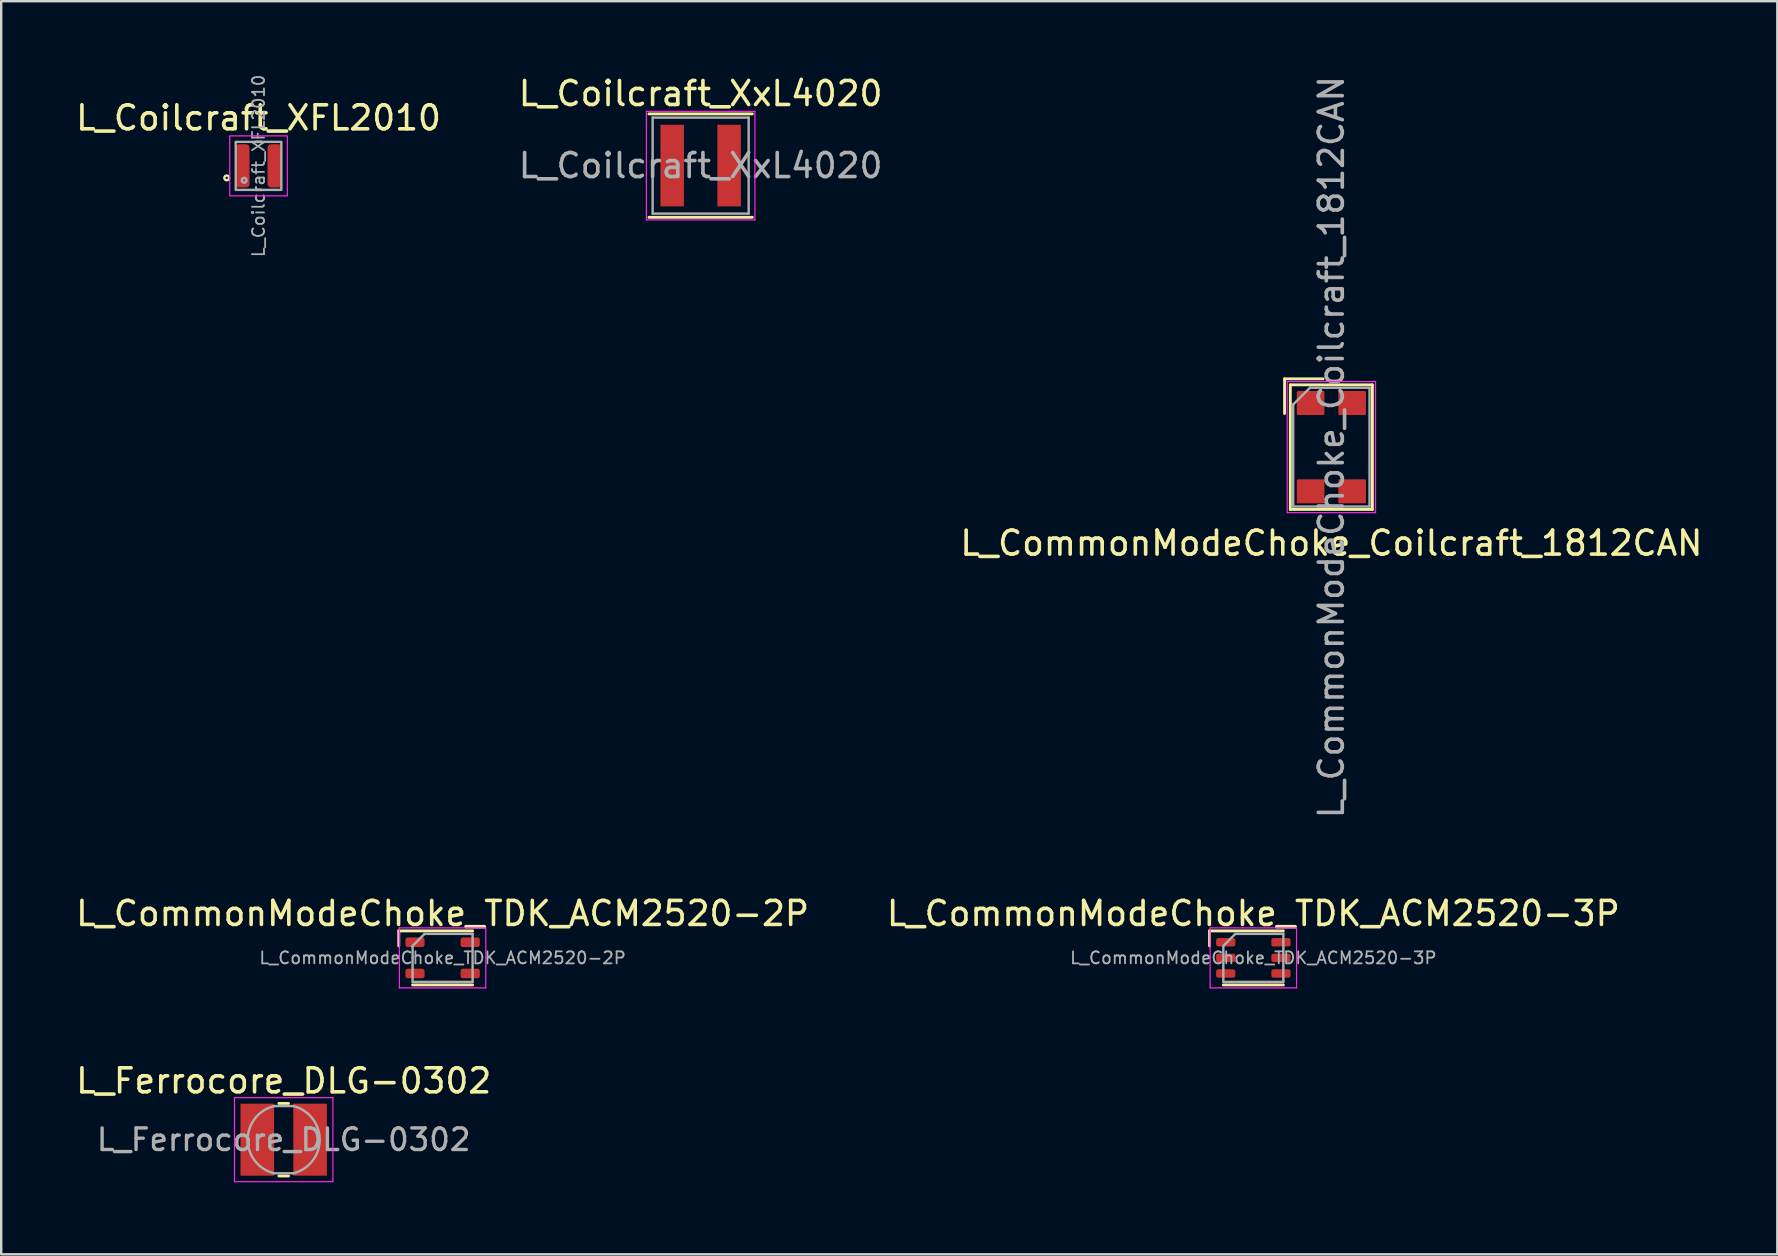
<source format=kicad_pcb>
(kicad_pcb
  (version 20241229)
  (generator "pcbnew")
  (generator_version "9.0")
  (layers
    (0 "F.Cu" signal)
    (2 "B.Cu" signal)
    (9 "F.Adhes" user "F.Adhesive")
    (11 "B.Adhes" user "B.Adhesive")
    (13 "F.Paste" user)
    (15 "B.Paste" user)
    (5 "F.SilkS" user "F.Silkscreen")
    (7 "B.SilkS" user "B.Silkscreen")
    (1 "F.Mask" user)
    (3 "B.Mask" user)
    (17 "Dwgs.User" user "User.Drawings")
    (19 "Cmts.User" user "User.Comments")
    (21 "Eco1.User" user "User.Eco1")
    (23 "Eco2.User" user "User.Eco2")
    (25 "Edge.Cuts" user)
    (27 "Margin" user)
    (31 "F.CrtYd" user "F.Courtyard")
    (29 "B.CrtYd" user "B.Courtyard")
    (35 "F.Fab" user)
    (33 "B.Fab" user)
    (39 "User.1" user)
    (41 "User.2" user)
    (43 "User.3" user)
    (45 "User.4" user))
  (footprint "L_CommonModeChoke_Coilcraft_1812CAN"
    (layer "F.Cu")
    (at 52.411 15.577)
    (property "Reference" "L_CommonModeChoke_Coilcraft_1812CAN" (at 0 4 0) (layer "F.SilkS") (effects (font (size 1 1) (thickness 0.15))))
    (attr smd)
    (fp_line (start -1.95 -2.845) (end -1.95 -1.4) (stroke (width 0.12) (type solid)) (layer "F.SilkS"))
    (fp_line (start -1.95 -2.845) (end -0.35 -2.845) (stroke (width 0.12) (type solid)) (layer "F.SilkS"))
    (fp_line (start -1.71 -2.595) (end -1.71 2.595) (stroke (width 0.12) (type solid)) (layer "F.SilkS"))
    (fp_line (start -1.71 -2.595) (end 1.71 -2.595) (stroke (width 0.12) (type solid)) (layer "F.SilkS"))
    (fp_line (start -1.71 2.595) (end 1.71 2.595) (stroke (width 0.12) (type solid)) (layer "F.SilkS"))
    (fp_line (start 1.71 -2.595) (end 1.71 2.595) (stroke (width 0.12) (type solid)) (layer "F.SilkS"))
    (fp_line (start -1.84 -2.73) (end 1.84 -2.73) (stroke (width 0.05) (type solid)) (layer "F.CrtYd"))
    (fp_line (start -1.84 2.73) (end -1.84 -2.73) (stroke (width 0.05) (type solid)) (layer "F.CrtYd"))
    (fp_line (start -1.84 2.73) (end 1.84 2.73) (stroke (width 0.05) (type solid)) (layer "F.CrtYd"))
    (fp_line (start 1.84 2.73) (end 1.84 -2.73) (stroke (width 0.05) (type solid)) (layer "F.CrtYd"))
    (fp_line (start -1.59 -1.78) (end -1.59 2.475) (stroke (width 0.1) (type solid)) (layer "F.Fab"))
    (fp_line (start -1.59 -1.78) (end -0.89 -2.475) (stroke (width 0.1) (type solid)) (layer "F.Fab"))
    (fp_line (start -1.59 2.475) (end 1.59 2.475) (stroke (width 0.1) (type solid)) (layer "F.Fab"))
    (fp_line (start -0.89 -2.475) (end 1.59 -2.475) (stroke (width 0.1) (type solid)) (layer "F.Fab"))
    (fp_line (start 1.59 -2.475) (end 1.59 2.475) (stroke (width 0.1) (type solid)) (layer "F.Fab"))
    (fp_text user "${REFERENCE}" (at 0 0 90) (layer "F.Fab") (effects (font (size 1 1) (thickness 0.15))))
    (pad "1" smd roundrect (at -0.865 -1.84) (size 1.15 1) (layers "F.Cu" "F.Mask" "F.Paste") (roundrect_rratio 0.05))
    (pad "2" smd roundrect (at -0.865 1.84) (size 1.15 1) (layers "F.Cu" "F.Mask" "F.Paste") (roundrect_rratio 0.05))
    (pad "3" smd roundrect (at 0.865 1.84) (size 1.15 1) (layers "F.Cu" "F.Mask" "F.Paste") (roundrect_rratio 0.05))
    (pad "4" smd roundrect (at 0.865 -1.84) (size 1.15 1) (layers "F.Cu" "F.Mask" "F.Paste") (roundrect_rratio 0.05)))
  (footprint "L_Coilcraft_XxL4020"
    (layer "F.Cu")
    (at 26.137 3.848)
    (property "Reference" "L_Coilcraft_XxL4020" (at 0 -3 0) (layer "F.SilkS") (effects (font (size 1 1) (thickness 0.15))))
    (attr smd)
    (fp_line (start -2.154 -2.154) (end 2.154 -2.154) (stroke (width 0.12) (type solid)) (layer "F.SilkS"))
    (fp_line (start 2.154 2.154) (end -2.154 2.154) (stroke (width 0.12) (type solid)) (layer "F.SilkS"))
    (fp_line (start -2.26 -2.26) (end 2.26 -2.26) (stroke (width 0.05) (type solid)) (layer "F.CrtYd"))
    (fp_line (start -2.26 2.26) (end -2.26 -2.26) (stroke (width 0.05) (type solid)) (layer "F.CrtYd"))
    (fp_line (start 2.26 -2.26) (end 2.26 2.26) (stroke (width 0.05) (type solid)) (layer "F.CrtYd"))
    (fp_line (start 2.26 2.26) (end -2.26 2.26) (stroke (width 0.05) (type solid)) (layer "F.CrtYd"))
    (fp_line (start -2 -2) (end 2 -2) (stroke (width 0.1) (type solid)) (layer "F.Fab"))
    (fp_line (start -2 2) (end -2 -2) (stroke (width 0.1) (type solid)) (layer "F.Fab"))
    (fp_line (start 2 -2) (end 2 2) (stroke (width 0.1) (type solid)) (layer "F.Fab"))
    (fp_line (start 2 2) (end -2 2) (stroke (width 0.1) (type solid)) (layer "F.Fab"))
    (fp_text user "${REFERENCE}" (at 0 0 0) (layer "F.Fab") (effects (font (size 1 1) (thickness 0.15))))
    (pad "1" smd rect (at -1.185 0) (size 0.98 3.4) (layers "F.Cu" "F.Mask" "F.Paste"))
    (pad "2" smd rect (at 1.185 0) (size 0.98 3.4) (layers "F.Cu" "F.Mask" "F.Paste")))
  (footprint "L_CommonModeChoke_TDK_ACM2520-3P"
    (layer "F.Cu")
    (at 49.161 36.853)
    (property "Reference" "L_CommonModeChoke_TDK_ACM2520-3P" (at 0 -1.85 0) (layer "F.SilkS") (effects (font (size 1 1) (thickness 0.15))))
    (attr smd)
    (fp_line (start -1.825 -1.125) (end -1.825 -0.5) (stroke (width 0.12) (type default)) (layer "F.SilkS"))
    (fp_line (start 1.25 -1.125) (end -1.825 -1.125) (stroke (width 0.12) (type default)) (layer "F.SilkS"))
    (fp_line (start 1.25 1.125) (end -1.25 1.125) (stroke (width 0.12) (type default)) (layer "F.SilkS"))
    (fp_line (start -1.8 -1.25) (end 1.8 -1.25) (stroke (width 0.05) (type default)) (layer "F.CrtYd"))
    (fp_line (start -1.8 1.25) (end -1.8 -1.25) (stroke (width 0.05) (type default)) (layer "F.CrtYd"))
    (fp_line (start 1.8 -1.25) (end 1.8 1.25) (stroke (width 0.05) (type default)) (layer "F.CrtYd"))
    (fp_line (start 1.8 1.25) (end -1.8 1.25) (stroke (width 0.05) (type default)) (layer "F.CrtYd"))
    (fp_line (start -1.25 1) (end -1.25 -0.5) (stroke (width 0.1) (type default)) (layer "F.Fab"))
    (fp_line (start -0.75 -1) (end -1.25 -0.5) (stroke (width 0.1) (type default)) (layer "F.Fab"))
    (fp_line (start -0.75 -1) (end 1.25 -1) (stroke (width 0.1) (type default)) (layer "F.Fab"))
    (fp_line (start 1.25 -1) (end 1.25 1) (stroke (width 0.1) (type default)) (layer "F.Fab"))
    (fp_line (start 1.25 1) (end -1.25 1) (stroke (width 0.1) (type default)) (layer "F.Fab"))
    (fp_text user "${REFERENCE}" (at 0 0 0) (layer "F.Fab") (effects (font (size 0.5 0.5) (thickness 0.075))))
    (pad "1" smd roundrect (at -1.15 -0.65) (size 0.8 0.35) (layers "F.Cu" "F.Mask" "F.Paste") (roundrect_rratio 0.25))
    (pad "2" smd roundrect (at -1.15 0) (size 0.8 0.35) (layers "F.Cu" "F.Mask" "F.Paste") (roundrect_rratio 0.25))
    (pad "3" smd roundrect (at -1.15 0.65) (size 0.8 0.35) (layers "F.Cu" "F.Mask" "F.Paste") (roundrect_rratio 0.25))
    (pad "4" smd roundrect (at 1.15 0.65) (size 0.8 0.35) (layers "F.Cu" "F.Mask" "F.Paste") (roundrect_rratio 0.25))
    (pad "5" smd roundrect (at 1.15 0) (size 0.8 0.35) (layers "F.Cu" "F.Mask" "F.Paste") (roundrect_rratio 0.25))
    (pad "6" smd roundrect (at 1.15 -0.65) (size 0.8 0.35) (layers "F.Cu" "F.Mask" "F.Paste") (roundrect_rratio 0.25)))
  (footprint "L_Ferrocore_DLG-0302"
    (layer "F.Cu")
    (at 8.768 44.426)
    (property "Reference" "L_Ferrocore_DLG-0302" (at 0 -2.45 0) (layer "F.SilkS") (effects (font (size 1 1) (thickness 0.15))))
    (attr smd)
    (fp_line (start -0.2 -1.51) (end 0.2 -1.51) (stroke (width 0.12) (type solid)) (layer "F.SilkS"))
    (fp_line (start -0.2 1.51) (end 0.2 1.51) (stroke (width 0.12) (type solid)) (layer "F.SilkS"))
    (fp_line (start -2.05 -1.75) (end -2.05 1.75) (stroke (width 0.05) (type solid)) (layer "F.CrtYd"))
    (fp_line (start -2.05 1.75) (end 2.05 1.75) (stroke (width 0.05) (type solid)) (layer "F.CrtYd"))
    (fp_line (start 2.05 -1.75) (end -2.05 -1.75) (stroke (width 0.05) (type solid)) (layer "F.CrtYd"))
    (fp_line (start 2.05 1.75) (end 2.05 -1.75) (stroke (width 0.05) (type solid)) (layer "F.CrtYd"))
    (fp_line (start -0.4 -1.4) (end 0.4 -1.4) (stroke (width 0.1) (type solid)) (layer "F.Fab"))
    (fp_line (start -0.4 1.4) (end 0.4 1.4) (stroke (width 0.1) (type solid)) (layer "F.Fab"))
    (fp_arc (start -0.4 1.4) (mid -1.5 0) (end -0.4 -1.4) (stroke (width 0.1) (type solid)) (layer "F.Fab"))
    (fp_arc (start 0.4 -1.4) (mid 1.5 0) (end 0.4 1.4) (stroke (width 0.1) (type solid)) (layer "F.Fab"))
    (fp_text user "${REFERENCE}" (at 0 0 0) (layer "F.Fab") (effects (font (size 0.9 0.9) (thickness 0.14))))
    (pad "1" smd rect (at -1.1 0) (size 1.4 3) (layers "F.Cu" "F.Mask" "F.Paste"))
    (pad "2" smd rect (at 1.1 0) (size 1.4 3) (layers "F.Cu" "F.Mask" "F.Paste")))
  (footprint "L_Coilcraft_XFL2010"
    (layer "F.Cu")
    (at 7.72 3.86)
    (property "Reference" "L_Coilcraft_XFL2010" (at 0 -2 0) (unlocked yes) (layer "F.SilkS") (effects (font (size 1 1) (thickness 0.15))))
    (attr smd)
    (fp_line (start -0.125 -1) (end 0.125 -1) (stroke (width 0.1) (type solid)) (layer "F.SilkS"))
    (fp_line (start -0.125 1) (end 0.125 1) (stroke (width 0.1) (type solid)) (layer "F.SilkS"))
    (fp_circle (center -1.325 0.5) (end -1.225 0.5) (stroke (width 0.1) (type solid)) (fill no) (layer "F.SilkS"))
    (fp_rect (start -1.2 -1.25) (end 1.2 1.25) (stroke (width 0.05) (type default)) (fill no) (layer "F.CrtYd"))
    (fp_rect (start -0.95 -1) (end 0.95 1) (stroke (width 0.1) (type solid)) (fill no) (layer "F.Fab"))
    (fp_circle (center -0.6 0.6) (end -0.6 0.7) (stroke (width 0.1) (type solid)) (fill no) (layer "F.Fab"))
    (fp_text user "${REFERENCE}" (at 0 0 90) (unlocked yes) (layer "F.Fab") (effects (font (size 0.5 0.5) (thickness 0.075))))
    (pad "1" smd roundrect (at -0.675 0) (size 0.6 1.8) (layers "F.Cu" "F.Mask" "F.Paste") (roundrect_rratio 0.25))
    (pad "2" smd roundrect (at 0.675 0) (size 0.6 1.8) (layers "F.Cu" "F.Mask" "F.Paste") (roundrect_rratio 0.25)))
  (footprint "L_CommonModeChoke_TDK_ACM2520-2P"
    (layer "F.Cu")
    (at 15.387 36.853)
    (property "Reference" "L_CommonModeChoke_TDK_ACM2520-2P" (at 0 -1.85 0) (layer "F.SilkS") (effects (font (size 1 1) (thickness 0.15))))
    (attr smd)
    (fp_line (start -1.825 -1.125) (end -1.825 -0.5) (stroke (width 0.12) (type default)) (layer "F.SilkS"))
    (fp_line (start -1.825 -1.125) (end 1.25 -1.125) (stroke (width 0.12) (type default)) (layer "F.SilkS"))
    (fp_line (start -1.25 1.125) (end 1.25 1.125) (stroke (width 0.12) (type default)) (layer "F.SilkS"))
    (fp_line (start -1.8 -1.25) (end 1.8 -1.25) (stroke (width 0.05) (type default)) (layer "F.CrtYd"))
    (fp_line (start -1.8 1.25) (end -1.8 -1.25) (stroke (width 0.05) (type default)) (layer "F.CrtYd"))
    (fp_line (start 1.8 -1.25) (end 1.8 1.25) (stroke (width 0.05) (type default)) (layer "F.CrtYd"))
    (fp_line (start 1.8 1.25) (end -1.8 1.25) (stroke (width 0.05) (type default)) (layer "F.CrtYd"))
    (fp_line (start -1.25 0) (end -1.25 -0.5) (stroke (width 0.1) (type default)) (layer "F.Fab"))
    (fp_line (start -1.25 1) (end -1.25 0) (stroke (width 0.1) (type default)) (layer "F.Fab"))
    (fp_line (start -0.75 -1) (end -1.25 -0.5) (stroke (width 0.1) (type default)) (layer "F.Fab"))
    (fp_line (start -0.75 -1) (end 1.25 -1) (stroke (width 0.1) (type default)) (layer "F.Fab"))
    (fp_line (start 1.25 -1) (end 1.25 1) (stroke (width 0.1) (type default)) (layer "F.Fab"))
    (fp_line (start 1.25 1) (end -1.25 1) (stroke (width 0.1) (type default)) (layer "F.Fab"))
    (fp_text user "${REFERENCE}" (at 0 0 0) (layer "F.Fab") (effects (font (size 0.5 0.5) (thickness 0.075))))
    (pad "1" smd roundrect (at -1.15 -0.65) (size 0.8 0.4) (layers "F.Cu" "F.Mask" "F.Paste") (roundrect_rratio 0.25))
    (pad "2" smd roundrect (at -1.15 0.65) (size 0.8 0.4) (layers "F.Cu" "F.Mask" "F.Paste") (roundrect_rratio 0.25))
    (pad "3" smd roundrect (at 1.15 0.65) (size 0.8 0.4) (layers "F.Cu" "F.Mask" "F.Paste") (roundrect_rratio 0.25))
    (pad "4" smd roundrect (at 1.15 -0.65) (size 0.8 0.4) (layers "F.Cu" "F.Mask" "F.Paste") (roundrect_rratio 0.25)))
  (gr_rect
    (start -3 -3)
    (end 70.988 49.201)
    (stroke (width 0.1) (type default))
    (fill no)
    (layer "Edge.Cuts")))
</source>
